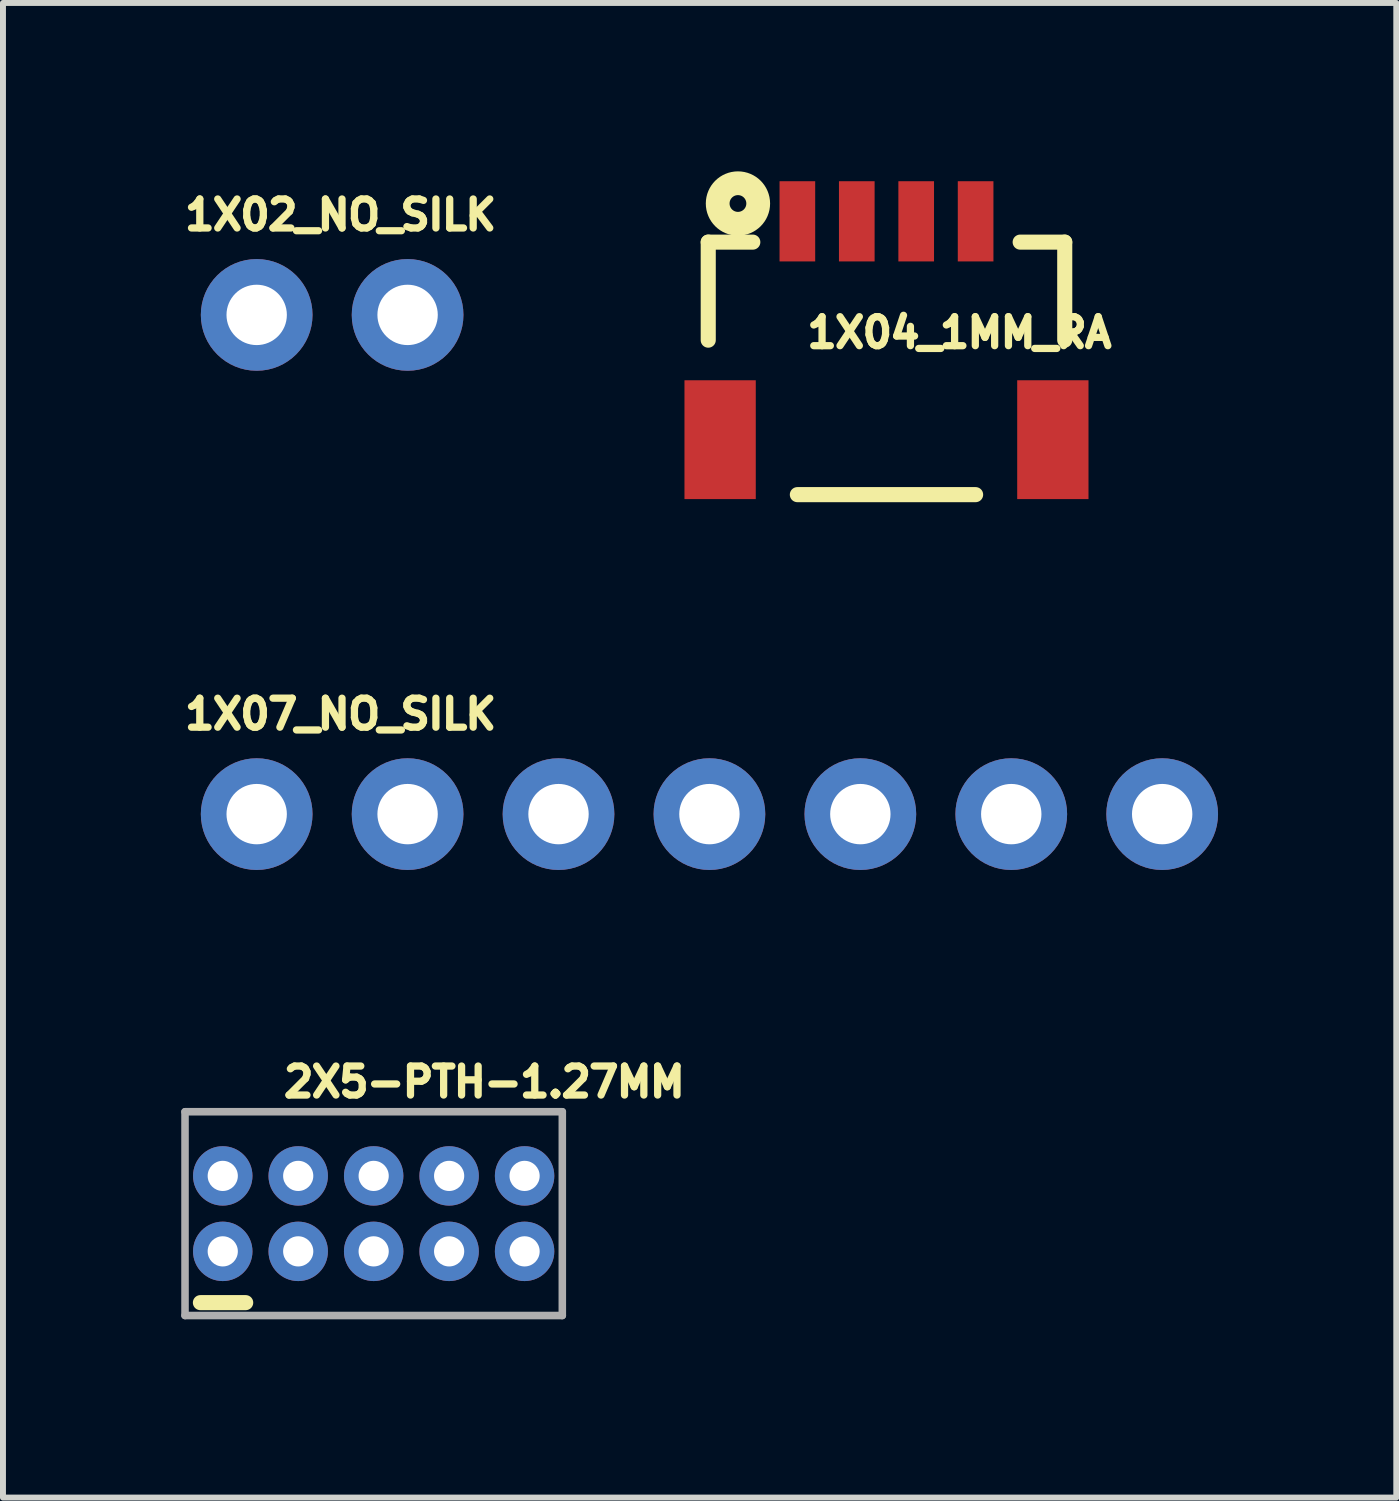
<source format=kicad_pcb>
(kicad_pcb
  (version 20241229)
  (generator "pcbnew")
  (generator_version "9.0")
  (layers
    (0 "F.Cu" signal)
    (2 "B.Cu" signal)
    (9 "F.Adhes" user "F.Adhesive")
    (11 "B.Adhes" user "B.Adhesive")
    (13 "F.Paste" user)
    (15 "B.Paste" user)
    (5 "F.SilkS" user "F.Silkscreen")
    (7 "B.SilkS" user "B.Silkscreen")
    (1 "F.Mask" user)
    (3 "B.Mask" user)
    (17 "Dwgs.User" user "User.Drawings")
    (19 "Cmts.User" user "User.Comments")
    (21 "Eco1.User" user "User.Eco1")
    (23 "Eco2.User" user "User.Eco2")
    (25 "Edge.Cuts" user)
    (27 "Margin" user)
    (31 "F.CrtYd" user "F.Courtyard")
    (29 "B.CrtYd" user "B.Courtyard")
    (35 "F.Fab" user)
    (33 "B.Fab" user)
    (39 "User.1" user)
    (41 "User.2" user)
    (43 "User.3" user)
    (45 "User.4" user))
  (footprint "1X07_NO_SILK"
    (layer "F.Cu")
    (at 1.27 10.652)
    (property "Reference" "1X07_NO_SILK" (at -1.27 -1.397 0) (layer "F.SilkS") (effects (font (size 0.488 0.488) (thickness 0.122)) (justify left bottom)))
    (fp_poly (pts (xy -0.254 0.254) (xy 0.254 0.254) (xy 0.254 -0.254) (xy -0.254 -0.254)) (stroke (width 0.1) (type default)) (fill no) (layer "F.Fab"))
    (fp_poly (pts (xy 2.286 0.254) (xy 2.794 0.254) (xy 2.794 -0.254) (xy 2.286 -0.254)) (stroke (width 0.1) (type default)) (fill no) (layer "F.Fab"))
    (fp_poly (pts (xy 4.826 0.254) (xy 5.334 0.254) (xy 5.334 -0.254) (xy 4.826 -0.254)) (stroke (width 0.1) (type default)) (fill no) (layer "F.Fab"))
    (fp_poly (pts (xy 7.366 0.254) (xy 7.874 0.254) (xy 7.874 -0.254) (xy 7.366 -0.254)) (stroke (width 0.1) (type default)) (fill no) (layer "F.Fab"))
    (fp_poly (pts (xy 9.906 0.254) (xy 10.414 0.254) (xy 10.414 -0.254) (xy 9.906 -0.254)) (stroke (width 0.1) (type default)) (fill no) (layer "F.Fab"))
    (fp_poly (pts (xy 12.446 0.254) (xy 12.954 0.254) (xy 12.954 -0.254) (xy 12.446 -0.254)) (stroke (width 0.1) (type default)) (fill no) (layer "F.Fab"))
    (fp_poly (pts (xy 14.986 0.254) (xy 15.494 0.254) (xy 15.494 -0.254) (xy 14.986 -0.254)) (stroke (width 0.1) (type default)) (fill no) (layer "F.Fab"))
    (pad "1" thru_hole circle (at 0 0 90) (size 1.88 1.88) (drill 1.016) (layers "*.Cu" "*.Mask"))
    (pad "2" thru_hole circle (at 2.54 0 90) (size 1.88 1.88) (drill 1.016) (layers "*.Cu" "*.Mask"))
    (pad "3" thru_hole circle (at 5.08 0 90) (size 1.88 1.88) (drill 1.016) (layers "*.Cu" "*.Mask"))
    (pad "4" thru_hole circle (at 7.62 0 90) (size 1.88 1.88) (drill 1.016) (layers "*.Cu" "*.Mask"))
    (pad "5" thru_hole circle (at 10.16 0 90) (size 1.88 1.88) (drill 1.016) (layers "*.Cu" "*.Mask"))
    (pad "6" thru_hole circle (at 12.7 0 90) (size 1.88 1.88) (drill 1.016) (layers "*.Cu" "*.Mask"))
    (pad "7" thru_hole circle (at 15.24 0 90) (size 1.88 1.88) (drill 1.016) (layers "*.Cu" "*.Mask")))
  (footprint "2X5-PTH-1.27MM"
    (layer "F.Cu")
    (at 3.239 17.376)
    (property "Reference" "2X5-PTH-1.27MM" (at -1.575 -1.93 0) (layer "F.SilkS") (effects (font (size 0.488 0.488) (thickness 0.122)) (justify left bottom)))
    (fp_line (start -2.154 1.498) (end -2.916 1.498) (stroke (width 0.254) (type solid)) (layer "F.SilkS"))
    (fp_line (start -3.175 -1.715) (end -3.175 1.715) (stroke (width 0.127) (type solid)) (layer "F.Fab"))
    (fp_line (start -3.175 1.715) (end 3.175 1.715) (stroke (width 0.127) (type solid)) (layer "F.Fab"))
    (fp_line (start 3.175 -1.715) (end -3.175 -1.715) (stroke (width 0.127) (type solid)) (layer "F.Fab"))
    (fp_line (start 3.175 1.715) (end 3.175 -1.715) (stroke (width 0.127) (type solid)) (layer "F.Fab"))
    (pad "1" thru_hole circle (at -2.54 0.635) (size 1 1) (drill 0.508) (layers "*.Cu" "*.Mask"))
    (pad "2" thru_hole circle (at -2.54 -0.635) (size 1 1) (drill 0.508) (layers "*.Cu" "*.Mask"))
    (pad "3" thru_hole circle (at -1.27 0.635) (size 1 1) (drill 0.508) (layers "*.Cu" "*.Mask"))
    (pad "4" thru_hole circle (at -1.27 -0.635) (size 1 1) (drill 0.508) (layers "*.Cu" "*.Mask"))
    (pad "5" thru_hole circle (at 0 0.635) (size 1 1) (drill 0.508) (layers "*.Cu" "*.Mask"))
    (pad "6" thru_hole circle (at 0 -0.635) (size 1 1) (drill 0.508) (layers "*.Cu" "*.Mask"))
    (pad "7" thru_hole circle (at 1.27 0.635) (size 1 1) (drill 0.508) (layers "*.Cu" "*.Mask"))
    (pad "8" thru_hole circle (at 1.27 -0.635) (size 1 1) (drill 0.508) (layers "*.Cu" "*.Mask"))
    (pad "9" thru_hole circle (at 2.54 0.635) (size 1 1) (drill 0.508) (layers "*.Cu" "*.Mask"))
    (pad "10" thru_hole circle (at 2.54 -0.635) (size 1 1) (drill 0.508) (layers "*.Cu" "*.Mask")))
  (footprint "1X04_1MM_RA"
    (layer "F.Cu")
    (at 11.87 0.675)
    (property "Reference" "1X04_1MM_RA" (at -1.397 2.159 0) (layer "F.SilkS") (effects (font (size 0.488 0.488) (thickness 0.122)) (justify left bottom)))
    (fp_line (start -3 0.35) (end -2.25 0.35) (stroke (width 0.254) (type solid)) (layer "F.SilkS"))
    (fp_line (start -3 2) (end -3 0.35) (stroke (width 0.254) (type solid)) (layer "F.SilkS"))
    (fp_line (start -1.5 4.6) (end 1.5 4.6) (stroke (width 0.254) (type solid)) (layer "F.SilkS"))
    (fp_line (start 2.25 0.35) (end 3 0.35) (stroke (width 0.254) (type solid)) (layer "F.SilkS"))
    (fp_line (start 3 0.35) (end 3 2) (stroke (width 0.254) (type solid)) (layer "F.SilkS"))
    (fp_circle (center -2.5 -0.3) (end -2.359 -0.3) (stroke (width 0.4) (type solid)) (fill no) (layer "F.SilkS"))
    (pad "1" smd rect (at -1.5 0) (size 0.6 1.35) (layers "F.Cu" "F.Mask" "F.Paste"))
    (pad "2" smd rect (at -0.5 0) (size 0.6 1.35) (layers "F.Cu" "F.Mask" "F.Paste"))
    (pad "3" smd rect (at 0.5 0) (size 0.6 1.35) (layers "F.Cu" "F.Mask" "F.Paste"))
    (pad "4" smd rect (at 1.5 0) (size 0.6 1.35) (layers "F.Cu" "F.Mask" "F.Paste"))
    (pad "NC1" smd rect (at 2.8 3.675) (size 1.2 2) (layers "F.Cu" "F.Mask" "F.Paste"))
    (pad "NC2" smd rect (at -2.8 3.675) (size 1.2 2) (layers "F.Cu" "F.Mask" "F.Paste")))
  (footprint "1X02_NO_SILK"
    (layer "F.Cu")
    (at 1.27 2.25)
    (property "Reference" "1X02_NO_SILK" (at -1.27 -1.397 0) (layer "F.SilkS") (effects (font (size 0.488 0.488) (thickness 0.122)) (justify left bottom)))
    (fp_poly (pts (xy -0.254 0.254) (xy 0.254 0.254) (xy 0.254 -0.254) (xy -0.254 -0.254)) (stroke (width 0.1) (type default)) (fill no) (layer "F.Fab"))
    (fp_poly (pts (xy 2.286 0.254) (xy 2.794 0.254) (xy 2.794 -0.254) (xy 2.286 -0.254)) (stroke (width 0.1) (type default)) (fill no) (layer "F.Fab"))
    (pad "1" thru_hole circle (at 0 0 90) (size 1.88 1.88) (drill 1.016) (layers "*.Cu" "*.Mask"))
    (pad "2" thru_hole circle (at 2.54 0 90) (size 1.88 1.88) (drill 1.016) (layers "*.Cu" "*.Mask")))
  (gr_rect
    (start -3 -3)
    (end 20.45 22.155)
    (stroke (width 0.1) (type default))
    (fill no)
    (layer "Edge.Cuts")))
</source>
